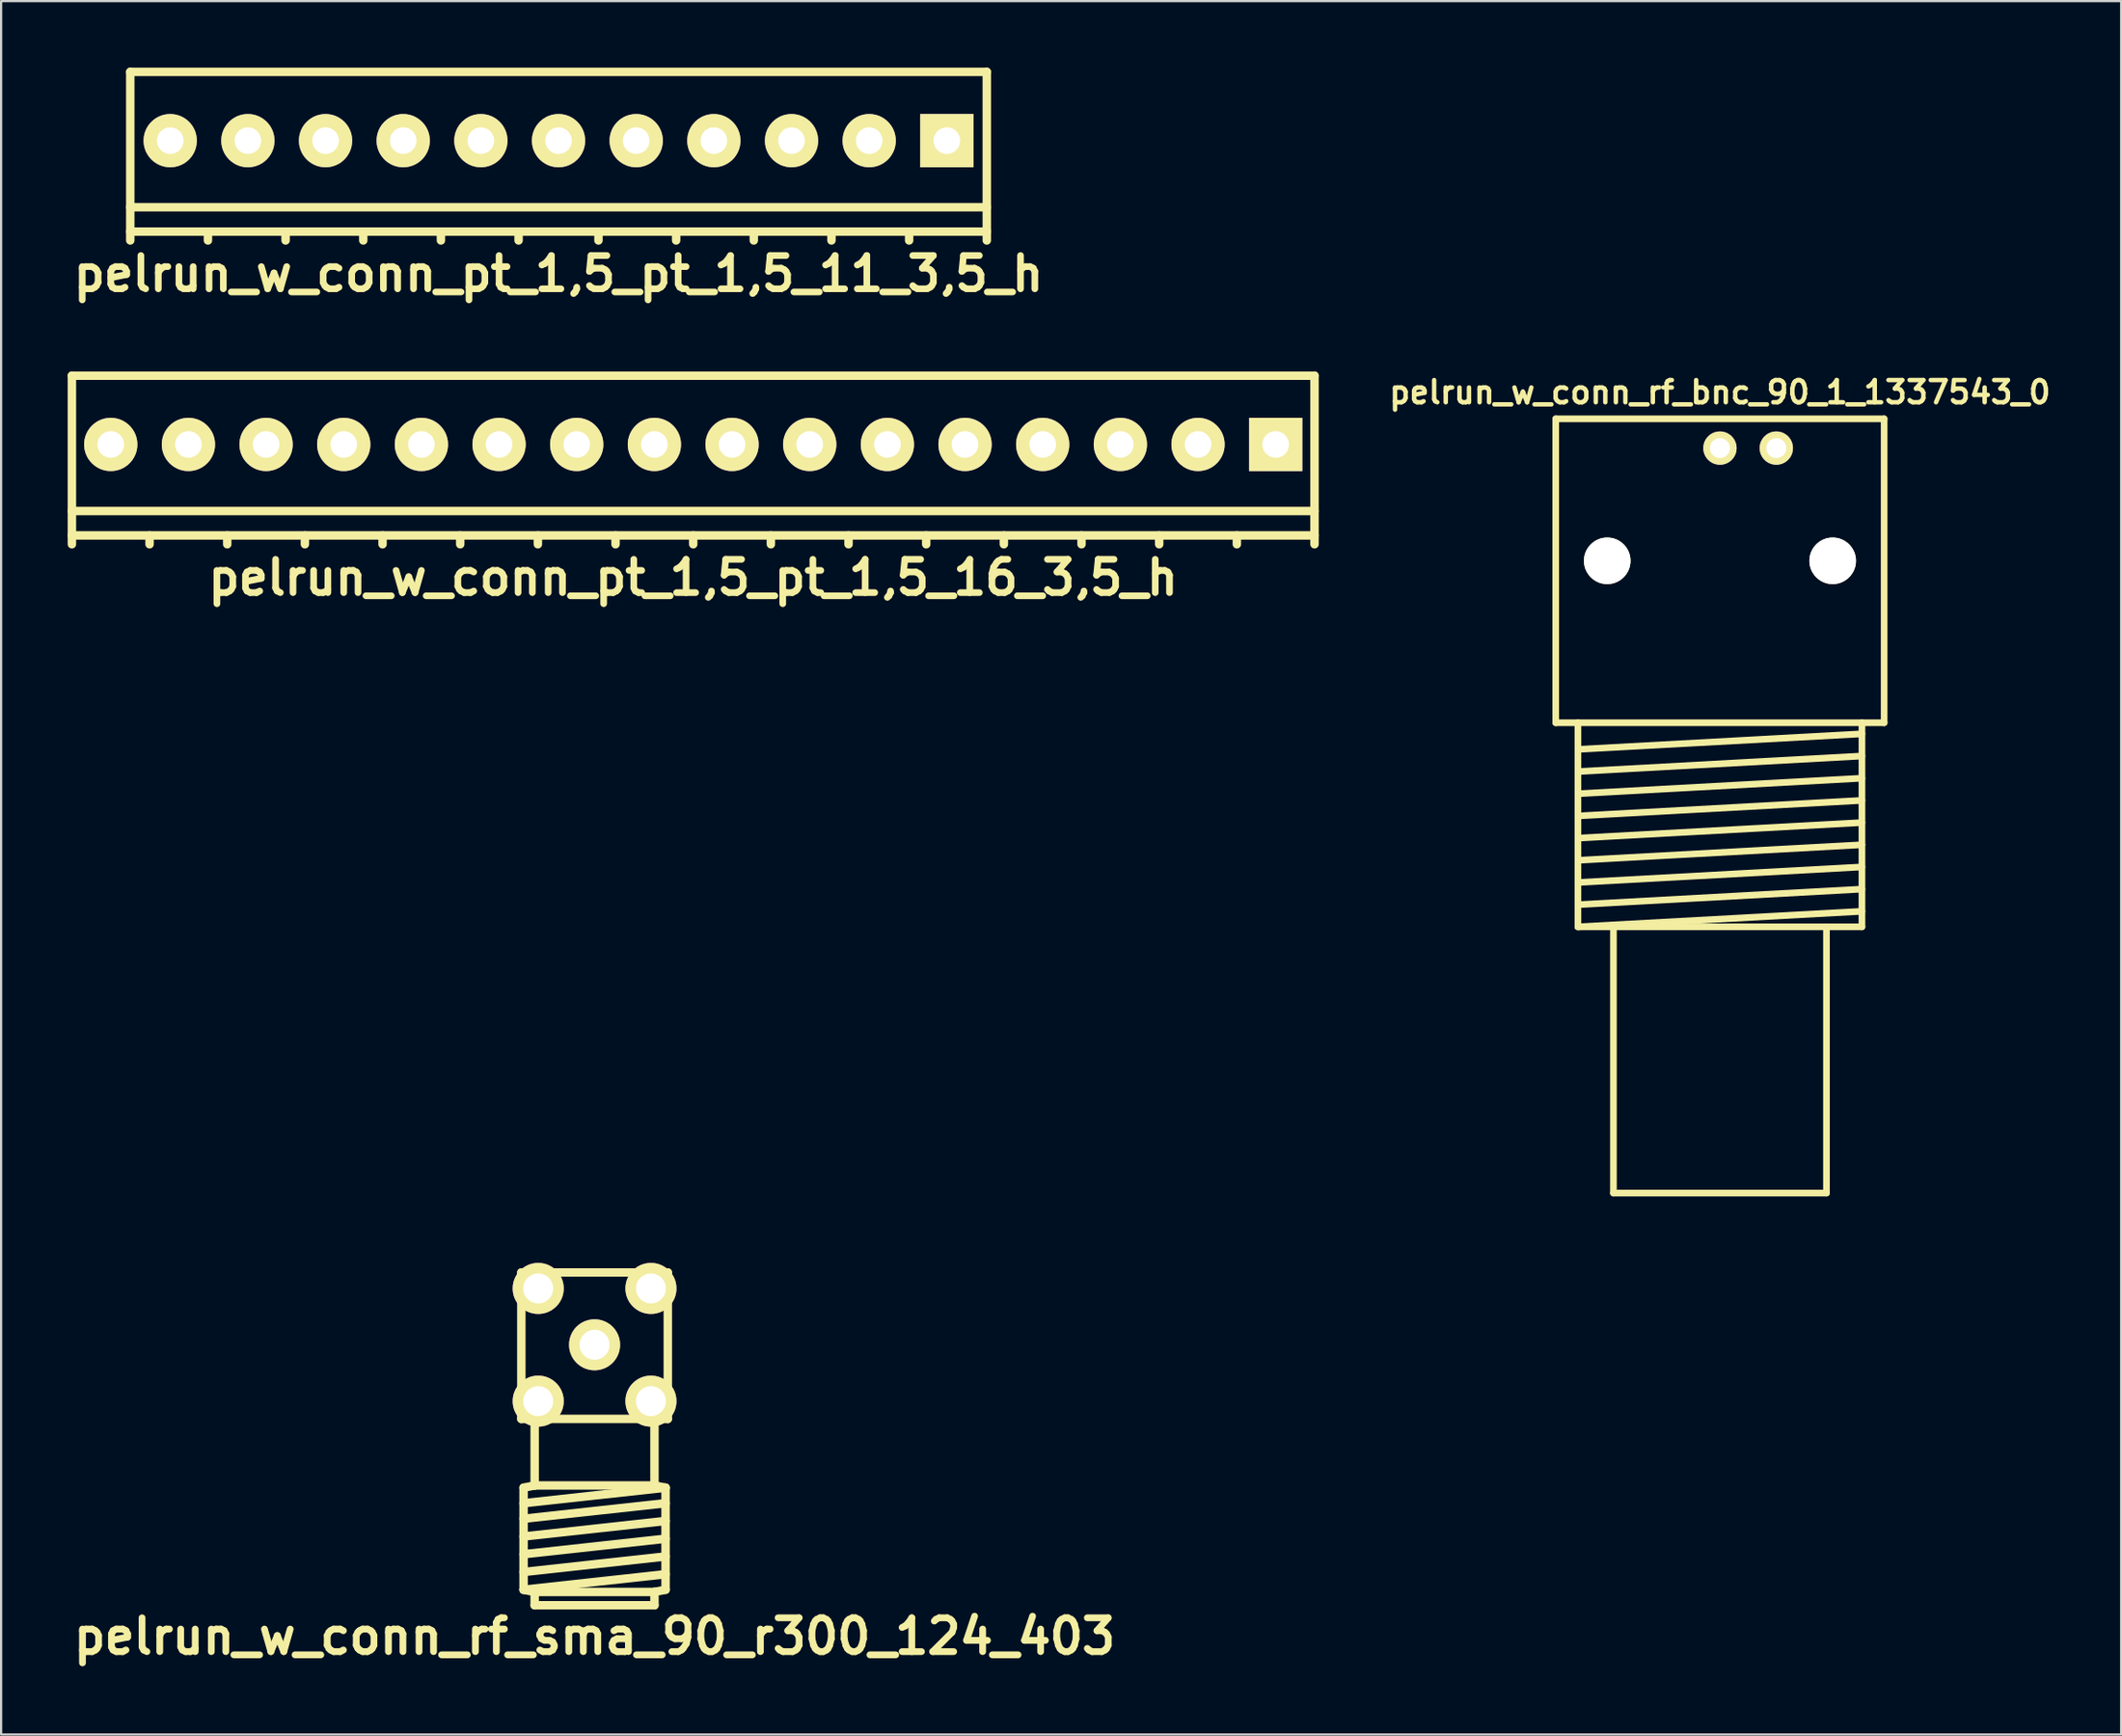
<source format=kicad_pcb>
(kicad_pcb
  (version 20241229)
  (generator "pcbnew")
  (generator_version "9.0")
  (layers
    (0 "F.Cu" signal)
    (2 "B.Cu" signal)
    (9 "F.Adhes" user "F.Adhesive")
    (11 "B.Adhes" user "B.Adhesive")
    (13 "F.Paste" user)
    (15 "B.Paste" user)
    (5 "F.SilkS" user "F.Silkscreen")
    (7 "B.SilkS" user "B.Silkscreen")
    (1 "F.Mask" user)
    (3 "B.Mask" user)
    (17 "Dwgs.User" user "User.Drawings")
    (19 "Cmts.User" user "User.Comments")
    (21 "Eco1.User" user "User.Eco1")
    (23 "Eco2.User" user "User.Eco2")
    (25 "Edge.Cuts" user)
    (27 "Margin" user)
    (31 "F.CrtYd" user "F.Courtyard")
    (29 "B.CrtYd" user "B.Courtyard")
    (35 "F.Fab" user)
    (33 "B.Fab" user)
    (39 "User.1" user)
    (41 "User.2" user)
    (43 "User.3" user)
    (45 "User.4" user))
  (footprint "pelrun_w_conn_rf_sma_90_r300_124_403"
    (layer "F.Cu")
    (at 23.745 61.812)
    (property "Reference" "pelrun_w_conn_rf_sma_90_r300_124_403" (at 0 8.9 0) (layer "F.SilkS") (effects (font (size 1.524 1.524) (thickness 0.305))))
    (attr through_hole)
    (fp_line (start -3.3 -7.5) (end 3.3 -7.502) (stroke (width 0.381) (type solid)) (layer "F.SilkS"))
    (fp_line (start -3.3 -0.9) (end -3.3 -7.5) (stroke (width 0.381) (type solid)) (layer "F.SilkS"))
    (fp_line (start -3.2 2.2) (end -3.2 6.8) (stroke (width 0.381) (type solid)) (layer "F.SilkS"))
    (fp_line (start -3.2 2.2) (end -2.7 2.1) (stroke (width 0.381) (type solid)) (layer "F.SilkS"))
    (fp_line (start -3.2 2.9) (end 3.2 2.2) (stroke (width 0.381) (type solid)) (layer "F.SilkS"))
    (fp_line (start -3.2 3.6) (end 3.2 2.9) (stroke (width 0.381) (type solid)) (layer "F.SilkS"))
    (fp_line (start -3.2 4.4) (end 3.2 3.7) (stroke (width 0.381) (type solid)) (layer "F.SilkS"))
    (fp_line (start -3.2 5.2) (end 3.2 4.5) (stroke (width 0.381) (type solid)) (layer "F.SilkS"))
    (fp_line (start -3.2 6) (end 3.2 5.3) (stroke (width 0.381) (type solid)) (layer "F.SilkS"))
    (fp_line (start -3.2 6.8) (end -2.7 6.9) (stroke (width 0.381) (type solid)) (layer "F.SilkS"))
    (fp_line (start -3.2 6.8) (end 3.2 6.1) (stroke (width 0.381) (type solid)) (layer "F.SilkS"))
    (fp_line (start -2.7 2.1) (end -2.7 -0.9) (stroke (width 0.381) (type solid)) (layer "F.SilkS"))
    (fp_line (start -2.7 2.1) (end 2.7 2.1) (stroke (width 0.381) (type solid)) (layer "F.SilkS"))
    (fp_line (start -2.7 6.9) (end 2.7 6.9) (stroke (width 0.381) (type solid)) (layer "F.SilkS"))
    (fp_line (start -2.7 7.5) (end -2.7 6.9) (stroke (width 0.381) (type solid)) (layer "F.SilkS"))
    (fp_line (start -2.7 7.5) (end 2.7 7.5) (stroke (width 0.381) (type solid)) (layer "F.SilkS"))
    (fp_line (start 2.7 -0.9) (end 2.7 2.1) (stroke (width 0.381) (type solid)) (layer "F.SilkS"))
    (fp_line (start 2.7 2.1) (end 3.2 2.2) (stroke (width 0.381) (type solid)) (layer "F.SilkS"))
    (fp_line (start 2.7 6.9) (end 3.2 6.8) (stroke (width 0.381) (type solid)) (layer "F.SilkS"))
    (fp_line (start 2.7 7.5) (end 2.7 6.9) (stroke (width 0.381) (type solid)) (layer "F.SilkS"))
    (fp_line (start 3.2 2.2) (end 3.2 6.8) (stroke (width 0.381) (type solid)) (layer "F.SilkS"))
    (fp_line (start 3.3 -7.5) (end 3.3 -0.9) (stroke (width 0.381) (type solid)) (layer "F.SilkS"))
    (fp_line (start 3.3 -0.9) (end -3.3 -0.9) (stroke (width 0.381) (type solid)) (layer "F.SilkS"))
    (pad "1" thru_hole circle (at 0 -4.242) (size 2.3 2.3) (drill 1.35) (layers "*.Cu" "*.Mask" "F.SilkS"))
    (pad "2" thru_hole circle (at -2.54 -6.782) (size 2.3 2.3) (drill 1.35) (layers "*.Cu" "*.Mask" "F.SilkS"))
    (pad "2" thru_hole circle (at -2.54 -1.702) (size 2.3 2.3) (drill 1.35) (layers "*.Cu" "*.Mask" "F.SilkS"))
    (pad "2" thru_hole circle (at 2.54 -6.782) (size 2.3 2.3) (drill 1.35) (layers "*.Cu" "*.Mask" "F.SilkS"))
    (pad "2" thru_hole circle (at 2.54 -1.702) (size 2.3 2.3) (drill 1.35) (layers "*.Cu" "*.Mask" "F.SilkS")))
  (footprint "pelrun_w_conn_pt_1,5_pt_1,5_16_3,5_h"
    (layer "F.Cu")
    (at 28.191 17.685)
    (property "Reference" "pelrun_w_conn_pt_1,5_pt_1,5_16_3,5_h" (at 0 5.3 0) (layer "F.SilkS") (effects (font (size 1.5 1.5) (thickness 0.3))))
    (attr through_hole)
    (fp_line (start -28 -3.8) (end -28 3.8) (stroke (width 0.381) (type solid)) (layer "F.SilkS"))
    (fp_line (start -28 2.3) (end 28 2.3) (stroke (width 0.381) (type solid)) (layer "F.SilkS"))
    (fp_line (start -28 3.4) (end 28 3.4) (stroke (width 0.381) (type solid)) (layer "F.SilkS"))
    (fp_line (start -24.5 3.4) (end -24.5 3.8) (stroke (width 0.381) (type solid)) (layer "F.SilkS"))
    (fp_line (start -21 3.4) (end -21 3.8) (stroke (width 0.381) (type solid)) (layer "F.SilkS"))
    (fp_line (start -17.5 3.4) (end -17.5 3.8) (stroke (width 0.381) (type solid)) (layer "F.SilkS"))
    (fp_line (start -14 3.4) (end -14 3.8) (stroke (width 0.381) (type solid)) (layer "F.SilkS"))
    (fp_line (start -10.5 3.4) (end -10.5 3.8) (stroke (width 0.381) (type solid)) (layer "F.SilkS"))
    (fp_line (start -7 3.4) (end -7 3.8) (stroke (width 0.381) (type solid)) (layer "F.SilkS"))
    (fp_line (start -3.5 3.4) (end -3.5 3.8) (stroke (width 0.381) (type solid)) (layer "F.SilkS"))
    (fp_line (start 0 3.4) (end 0 3.8) (stroke (width 0.381) (type solid)) (layer "F.SilkS"))
    (fp_line (start 3.5 3.4) (end 3.5 3.8) (stroke (width 0.381) (type solid)) (layer "F.SilkS"))
    (fp_line (start 7 3.4) (end 7 3.8) (stroke (width 0.381) (type solid)) (layer "F.SilkS"))
    (fp_line (start 10.5 3.4) (end 10.5 3.8) (stroke (width 0.381) (type solid)) (layer "F.SilkS"))
    (fp_line (start 14 3.4) (end 14 3.8) (stroke (width 0.381) (type solid)) (layer "F.SilkS"))
    (fp_line (start 17.5 3.4) (end 17.5 3.8) (stroke (width 0.381) (type solid)) (layer "F.SilkS"))
    (fp_line (start 21 3.4) (end 21 3.8) (stroke (width 0.381) (type solid)) (layer "F.SilkS"))
    (fp_line (start 24.5 3.4) (end 24.5 3.8) (stroke (width 0.381) (type solid)) (layer "F.SilkS"))
    (fp_line (start 28 -3.8) (end -28 -3.8) (stroke (width 0.381) (type solid)) (layer "F.SilkS"))
    (fp_line (start 28 3.8) (end 28 -3.8) (stroke (width 0.381) (type solid)) (layer "F.SilkS"))
    (pad "1" thru_hole rect (at 26.25 -0.7) (size 2.4 2.4) (drill 1.2) (layers "*.Cu" "*.Mask" "F.SilkS"))
    (pad "2" thru_hole circle (at 22.75 -0.7) (size 2.4 2.4) (drill 1.2) (layers "*.Cu" "*.Mask" "F.SilkS"))
    (pad "3" thru_hole circle (at 19.25 -0.7) (size 2.4 2.4) (drill 1.2) (layers "*.Cu" "*.Mask" "F.SilkS"))
    (pad "4" thru_hole circle (at 15.75 -0.7) (size 2.4 2.4) (drill 1.2) (layers "*.Cu" "*.Mask" "F.SilkS"))
    (pad "5" thru_hole circle (at 12.25 -0.7) (size 2.4 2.4) (drill 1.2) (layers "*.Cu" "*.Mask" "F.SilkS"))
    (pad "6" thru_hole circle (at 8.75 -0.7) (size 2.4 2.4) (drill 1.2) (layers "*.Cu" "*.Mask" "F.SilkS"))
    (pad "7" thru_hole circle (at 5.25 -0.7) (size 2.4 2.4) (drill 1.2) (layers "*.Cu" "*.Mask" "F.SilkS"))
    (pad "8" thru_hole circle (at 1.75 -0.7) (size 2.4 2.4) (drill 1.2) (layers "*.Cu" "*.Mask" "F.SilkS"))
    (pad "9" thru_hole circle (at -1.75 -0.7) (size 2.4 2.4) (drill 1.2) (layers "*.Cu" "*.Mask" "F.SilkS"))
    (pad "10" thru_hole circle (at -5.25 -0.7) (size 2.4 2.4) (drill 1.2) (layers "*.Cu" "*.Mask" "F.SilkS"))
    (pad "11" thru_hole circle (at -8.75 -0.7) (size 2.4 2.4) (drill 1.2) (layers "*.Cu" "*.Mask" "F.SilkS"))
    (pad "12" thru_hole circle (at -12.25 -0.7) (size 2.4 2.4) (drill 1.2) (layers "*.Cu" "*.Mask" "F.SilkS"))
    (pad "13" thru_hole circle (at -15.75 -0.7) (size 2.4 2.4) (drill 1.2) (layers "*.Cu" "*.Mask" "F.SilkS"))
    (pad "14" thru_hole circle (at -19.25 -0.7) (size 2.4 2.4) (drill 1.2) (layers "*.Cu" "*.Mask" "F.SilkS"))
    (pad "15" thru_hole circle (at -22.75 -0.7) (size 2.4 2.4) (drill 1.2) (layers "*.Cu" "*.Mask" "F.SilkS"))
    (pad "16" thru_hole circle (at -26.25 -0.7) (size 2.4 2.4) (drill 1.2) (layers "*.Cu" "*.Mask" "F.SilkS")))
  (footprint "pelrun_w_conn_rf_bnc_90_1_1337543_0"
    (layer "F.Cu")
    (at 74.462 29.53)
    (property "Reference" "pelrun_w_conn_rf_bnc_90_1_1337543_0" (at 0 -14.9 0) (layer "F.SilkS") (effects (font (size 1 1) (thickness 0.2))))
    (attr through_hole)
    (fp_line (start -7.4 -13.7) (end -7.4 0) (stroke (width 0.3) (type solid)) (layer "F.SilkS"))
    (fp_line (start -7.4 -13.7) (end 7.4 -13.7) (stroke (width 0.3) (type solid)) (layer "F.SilkS"))
    (fp_line (start -7.4 0) (end 7.4 0) (stroke (width 0.3) (type solid)) (layer "F.SilkS"))
    (fp_line (start -6.4 1.2) (end 6.4 0.5) (stroke (width 0.3) (type solid)) (layer "F.SilkS"))
    (fp_line (start -6.4 2.2) (end 6.4 1.5) (stroke (width 0.3) (type solid)) (layer "F.SilkS"))
    (fp_line (start -6.4 3.2) (end 6.4 2.5) (stroke (width 0.3) (type solid)) (layer "F.SilkS"))
    (fp_line (start -6.4 4.2) (end 6.4 3.5) (stroke (width 0.3) (type solid)) (layer "F.SilkS"))
    (fp_line (start -6.4 5.2) (end 6.4 4.5) (stroke (width 0.3) (type solid)) (layer "F.SilkS"))
    (fp_line (start -6.4 6.2) (end 6.4 5.5) (stroke (width 0.3) (type solid)) (layer "F.SilkS"))
    (fp_line (start -6.4 7.2) (end 6.4 6.5) (stroke (width 0.3) (type solid)) (layer "F.SilkS"))
    (fp_line (start -6.4 8.2) (end 6.4 7.5) (stroke (width 0.3) (type solid)) (layer "F.SilkS"))
    (fp_line (start -6.4 9.2) (end -6.4 0) (stroke (width 0.3) (type solid)) (layer "F.SilkS"))
    (fp_line (start -6.4 9.2) (end 6.4 8.5) (stroke (width 0.3) (type solid)) (layer "F.SilkS"))
    (fp_line (start -6.4 9.2) (end 6.4 9.2) (stroke (width 0.3) (type solid)) (layer "F.SilkS"))
    (fp_line (start -4.8 21.2) (end -4.8 9.2) (stroke (width 0.3) (type solid)) (layer "F.SilkS"))
    (fp_line (start -4.8 21.2) (end 4.8 21.2) (stroke (width 0.3) (type solid)) (layer "F.SilkS"))
    (fp_line (start 4.8 21.2) (end 4.8 9.2) (stroke (width 0.3) (type solid)) (layer "F.SilkS"))
    (fp_line (start 6.4 9.2) (end 6.4 0) (stroke (width 0.3) (type solid)) (layer "F.SilkS"))
    (fp_line (start 7.4 0) (end 7.4 -13.7) (stroke (width 0.3) (type solid)) (layer "F.SilkS"))
    (pad "" np_thru_hole circle (at -5.08 -7.3) (size 2.1 2.1) (drill 2.1) (layers "*.Cu" "*.Mask" "F.SilkS"))
    (pad "" np_thru_hole circle (at 5.08 -7.3) (size 2.1 2.1) (drill 2.1) (layers "*.Cu" "*.Mask" "F.SilkS"))
    (pad "1" thru_hole circle (at 0 -12.38) (size 1.5 1.5) (drill 0.9) (layers "*.Cu" "*.Mask" "F.SilkS"))
    (pad "2" thru_hole circle (at 2.54 -12.38) (size 1.5 1.5) (drill 0.9) (layers "*.Cu" "*.Mask" "F.SilkS")))
  (footprint "pelrun_w_conn_pt_1,5_pt_1,5_11_3,5_h"
    (layer "F.Cu")
    (at 22.121 3.99)
    (property "Reference" "pelrun_w_conn_pt_1,5_pt_1,5_11_3,5_h" (at 0 5.3 0) (layer "F.SilkS") (effects (font (size 1.5 1.5) (thickness 0.3))))
    (attr through_hole)
    (fp_line (start -19.3 -3.8) (end -19.3 3.8) (stroke (width 0.381) (type solid)) (layer "F.SilkS"))
    (fp_line (start -19.3 2.3) (end 19.3 2.3) (stroke (width 0.381) (type solid)) (layer "F.SilkS"))
    (fp_line (start -19.3 3.4) (end 19.3 3.4) (stroke (width 0.381) (type solid)) (layer "F.SilkS"))
    (fp_line (start -15.8 3.4) (end -15.8 3.8) (stroke (width 0.381) (type solid)) (layer "F.SilkS"))
    (fp_line (start -12.3 3.4) (end -12.3 3.8) (stroke (width 0.381) (type solid)) (layer "F.SilkS"))
    (fp_line (start -8.8 3.4) (end -8.8 3.8) (stroke (width 0.381) (type solid)) (layer "F.SilkS"))
    (fp_line (start -5.3 3.4) (end -5.3 3.8) (stroke (width 0.381) (type solid)) (layer "F.SilkS"))
    (fp_line (start -1.8 3.4) (end -1.8 3.8) (stroke (width 0.381) (type solid)) (layer "F.SilkS"))
    (fp_line (start 1.8 3.4) (end 1.8 3.8) (stroke (width 0.381) (type solid)) (layer "F.SilkS"))
    (fp_line (start 5.3 3.4) (end 5.3 3.8) (stroke (width 0.381) (type solid)) (layer "F.SilkS"))
    (fp_line (start 8.8 3.4) (end 8.8 3.8) (stroke (width 0.381) (type solid)) (layer "F.SilkS"))
    (fp_line (start 12.3 3.4) (end 12.3 3.8) (stroke (width 0.381) (type solid)) (layer "F.SilkS"))
    (fp_line (start 15.8 3.4) (end 15.8 3.8) (stroke (width 0.381) (type solid)) (layer "F.SilkS"))
    (fp_line (start 19.3 -3.8) (end -19.3 -3.8) (stroke (width 0.381) (type solid)) (layer "F.SilkS"))
    (fp_line (start 19.3 3.8) (end 19.3 -3.8) (stroke (width 0.381) (type solid)) (layer "F.SilkS"))
    (pad "1" thru_hole rect (at 17.5 -0.7) (size 2.4 2.4) (drill 1.2) (layers "*.Cu" "*.Mask" "F.SilkS"))
    (pad "2" thru_hole circle (at 14 -0.7) (size 2.4 2.4) (drill 1.2) (layers "*.Cu" "*.Mask" "F.SilkS"))
    (pad "3" thru_hole circle (at 10.5 -0.7) (size 2.4 2.4) (drill 1.2) (layers "*.Cu" "*.Mask" "F.SilkS"))
    (pad "4" thru_hole circle (at 7 -0.7) (size 2.4 2.4) (drill 1.2) (layers "*.Cu" "*.Mask" "F.SilkS"))
    (pad "5" thru_hole circle (at 3.5 -0.7) (size 2.4 2.4) (drill 1.2) (layers "*.Cu" "*.Mask" "F.SilkS"))
    (pad "6" thru_hole circle (at 0 -0.7) (size 2.4 2.4) (drill 1.2) (layers "*.Cu" "*.Mask" "F.SilkS"))
    (pad "7" thru_hole circle (at -3.5 -0.7) (size 2.4 2.4) (drill 1.2) (layers "*.Cu" "*.Mask" "F.SilkS"))
    (pad "8" thru_hole circle (at -7 -0.7) (size 2.4 2.4) (drill 1.2) (layers "*.Cu" "*.Mask" "F.SilkS"))
    (pad "9" thru_hole circle (at -10.5 -0.7) (size 2.4 2.4) (drill 1.2) (layers "*.Cu" "*.Mask" "F.SilkS"))
    (pad "10" thru_hole circle (at -14 -0.7) (size 2.4 2.4) (drill 1.2) (layers "*.Cu" "*.Mask" "F.SilkS"))
    (pad "11" thru_hole circle (at -17.5 -0.7) (size 2.4 2.4) (drill 1.2) (layers "*.Cu" "*.Mask" "F.SilkS")))
  (gr_rect
    (start -3 -3)
    (end 92.543 75.139)
    (stroke (width 0.1) (type default))
    (fill no)
    (layer "Edge.Cuts")))
</source>
